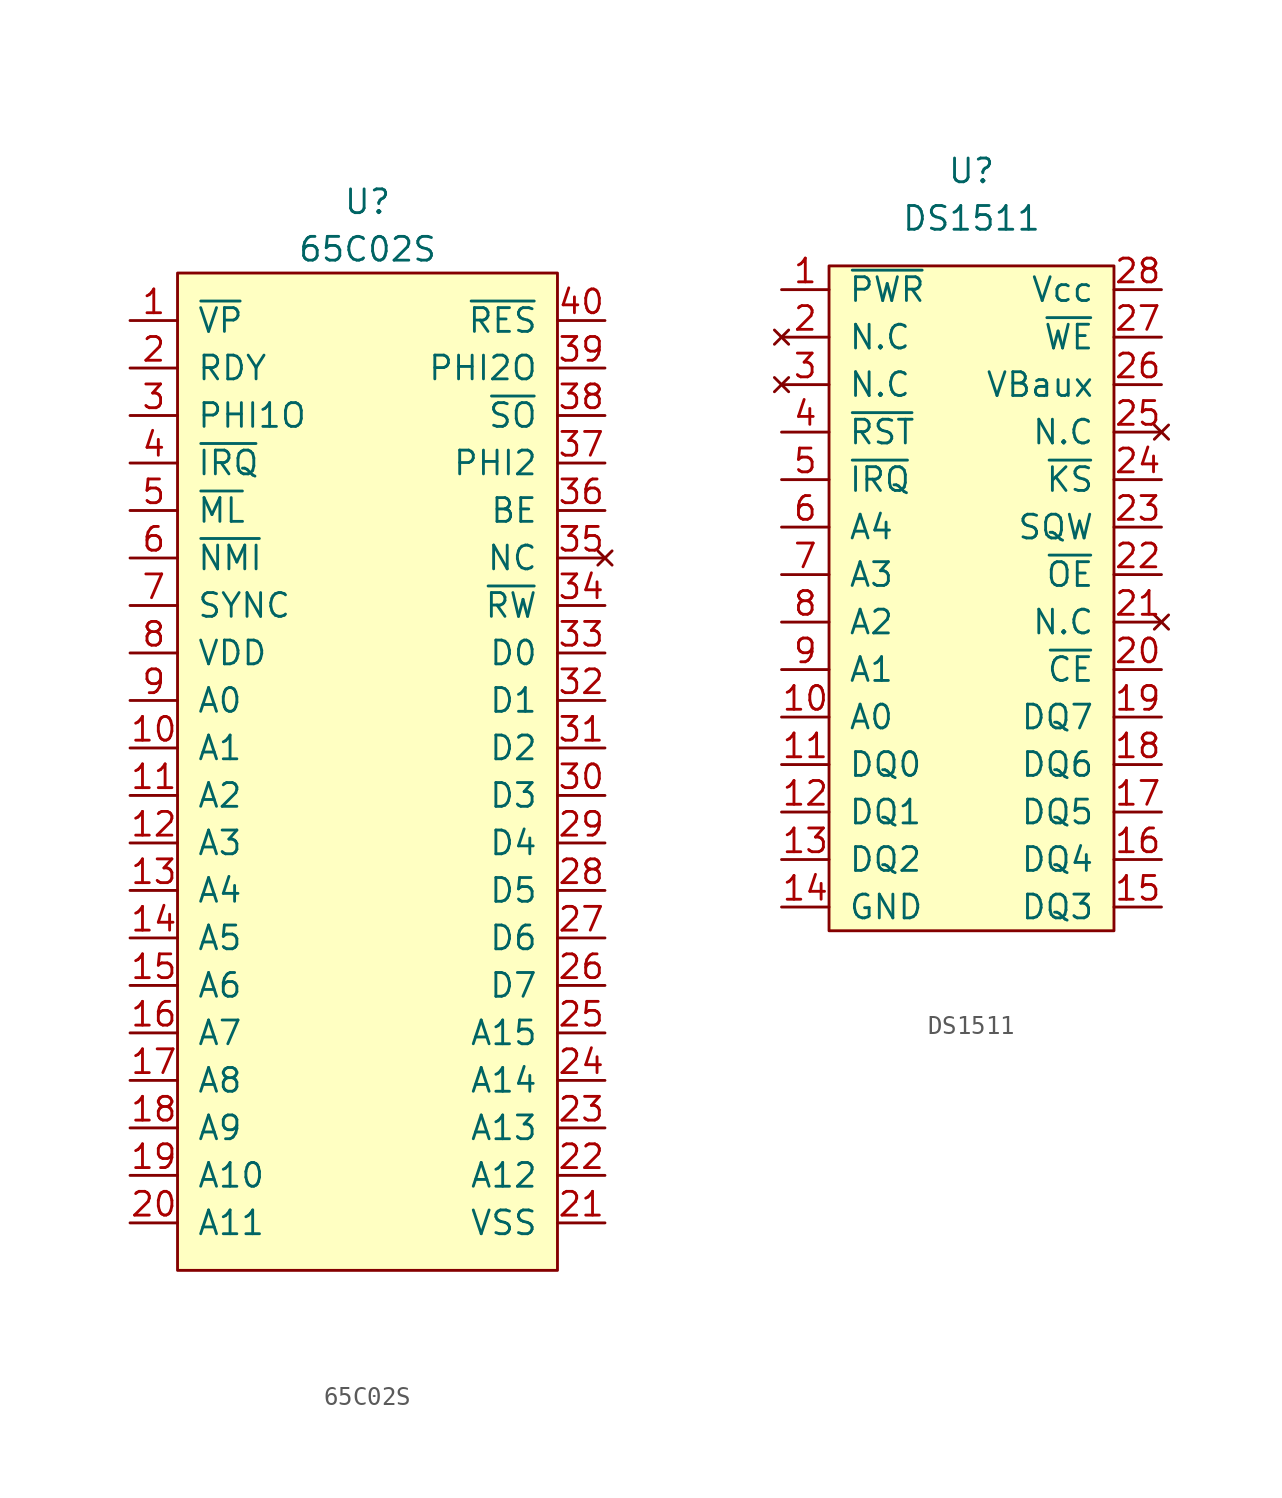
<source format=kicad_sym>
(kicad_symbol_lib
  (version 20220914)
  (generator kicad_symbol_editor)
  (symbol "65C02S"
    (pin_names
      (offset 1.016))
    (property "Reference" "U"
      (at 0 0 0)
      (effects (font (size 1.27 1.27))))
    (property "Value" "65C02S"
      (at 0 -2.54 0)
      (effects (font (size 1.27 1.27))))
    (symbol "65C02S_0_1"
      (rectangle (start -10.16 -3.81) (end 10.16 -57.15) (stroke (width 0) (type solid)) (fill (type background))))
    (symbol "65C02S_1_1"
      (pin output line (at -12.7 -6.35 0) (length 2.54) (name "~{VP}" (effects (font (size 1.27 1.27)))) (number "1" (effects (font (size 1.27 1.27)))))
      (pin input line (at -12.7 -29.21 0) (length 2.54) (name "A1" (effects (font (size 1.27 1.27)))) (number "10" (effects (font (size 1.27 1.27)))))
      (pin input line (at -12.7 -31.75 0) (length 2.54) (name "A2" (effects (font (size 1.27 1.27)))) (number "11" (effects (font (size 1.27 1.27)))))
      (pin input line (at -12.7 -34.29 0) (length 2.54) (name "A3" (effects (font (size 1.27 1.27)))) (number "12" (effects (font (size 1.27 1.27)))))
      (pin input line (at -12.7 -36.83 0) (length 2.54) (name "A4" (effects (font (size 1.27 1.27)))) (number "13" (effects (font (size 1.27 1.27)))))
      (pin input line (at -12.7 -39.37 0) (length 2.54) (name "A5" (effects (font (size 1.27 1.27)))) (number "14" (effects (font (size 1.27 1.27)))))
      (pin input line (at -12.7 -41.91 0) (length 2.54) (name "A6" (effects (font (size 1.27 1.27)))) (number "15" (effects (font (size 1.27 1.27)))))
      (pin input line (at -12.7 -44.45 0) (length 2.54) (name "A7" (effects (font (size 1.27 1.27)))) (number "16" (effects (font (size 1.27 1.27)))))
      (pin input line (at -12.7 -46.99 0) (length 2.54) (name "A8" (effects (font (size 1.27 1.27)))) (number "17" (effects (font (size 1.27 1.27)))))
      (pin input line (at -12.7 -49.53 0) (length 2.54) (name "A9" (effects (font (size 1.27 1.27)))) (number "18" (effects (font (size 1.27 1.27)))))
      (pin input line (at -12.7 -52.07 0) (length 2.54) (name "A10" (effects (font (size 1.27 1.27)))) (number "19" (effects (font (size 1.27 1.27)))))
      (pin input line (at -12.7 -8.89 0) (length 2.54) (name "RDY" (effects (font (size 1.27 1.27)))) (number "2" (effects (font (size 1.27 1.27)))))
      (pin input line (at -12.7 -54.61 0) (length 2.54) (name "A11" (effects (font (size 1.27 1.27)))) (number "20" (effects (font (size 1.27 1.27)))))
      (pin input line (at 12.7 -54.61 180) (length 2.54) (name "VSS" (effects (font (size 1.27 1.27)))) (number "21" (effects (font (size 1.27 1.27)))))
      (pin input line (at 12.7 -52.07 180) (length 2.54) (name "A12" (effects (font (size 1.27 1.27)))) (number "22" (effects (font (size 1.27 1.27)))))
      (pin input line (at 12.7 -49.53 180) (length 2.54) (name "A13" (effects (font (size 1.27 1.27)))) (number "23" (effects (font (size 1.27 1.27)))))
      (pin input line (at 12.7 -46.99 180) (length 2.54) (name "A14" (effects (font (size 1.27 1.27)))) (number "24" (effects (font (size 1.27 1.27)))))
      (pin input line (at 12.7 -44.45 180) (length 2.54) (name "A15" (effects (font (size 1.27 1.27)))) (number "25" (effects (font (size 1.27 1.27)))))
      (pin bidirectional line (at 12.7 -41.91 180) (length 2.54) (name "D7" (effects (font (size 1.27 1.27)))) (number "26" (effects (font (size 1.27 1.27)))))
      (pin bidirectional line (at 12.7 -39.37 180) (length 2.54) (name "D6" (effects (font (size 1.27 1.27)))) (number "27" (effects (font (size 1.27 1.27)))))
      (pin bidirectional line (at 12.7 -36.83 180) (length 2.54) (name "D5" (effects (font (size 1.27 1.27)))) (number "28" (effects (font (size 1.27 1.27)))))
      (pin bidirectional line (at 12.7 -34.29 180) (length 2.54) (name "D4" (effects (font (size 1.27 1.27)))) (number "29" (effects (font (size 1.27 1.27)))))
      (pin output line (at -12.7 -11.43 0) (length 2.54) (name "PHI1O" (effects (font (size 1.27 1.27)))) (number "3" (effects (font (size 1.27 1.27)))))
      (pin bidirectional line (at 12.7 -31.75 180) (length 2.54) (name "D3" (effects (font (size 1.27 1.27)))) (number "30" (effects (font (size 1.27 1.27)))))
      (pin bidirectional line (at 12.7 -29.21 180) (length 2.54) (name "D2" (effects (font (size 1.27 1.27)))) (number "31" (effects (font (size 1.27 1.27)))))
      (pin bidirectional line (at 12.7 -26.67 180) (length 2.54) (name "D1" (effects (font (size 1.27 1.27)))) (number "32" (effects (font (size 1.27 1.27)))))
      (pin bidirectional line (at 12.7 -24.13 180) (length 2.54) (name "D0" (effects (font (size 1.27 1.27)))) (number "33" (effects (font (size 1.27 1.27)))))
      (pin output line (at 12.7 -21.59 180) (length 2.54) (name "~{RW}" (effects (font (size 1.27 1.27)))) (number "34" (effects (font (size 1.27 1.27)))))
      (pin no_connect line (at 12.7 -19.05 180) (length 2.54) (name "NC" (effects (font (size 1.27 1.27)))) (number "35" (effects (font (size 1.27 1.27)))))
      (pin input line (at 12.7 -16.51 180) (length 2.54) (name "BE" (effects (font (size 1.27 1.27)))) (number "36" (effects (font (size 1.27 1.27)))))
      (pin input line (at 12.7 -13.97 180) (length 2.54) (name "PHI2" (effects (font (size 1.27 1.27)))) (number "37" (effects (font (size 1.27 1.27)))))
      (pin input line (at 12.7 -11.43 180) (length 2.54) (name "~{SO}" (effects (font (size 1.27 1.27)))) (number "38" (effects (font (size 1.27 1.27)))))
      (pin input line (at 12.7 -8.89 180) (length 2.54) (name "PHI2O" (effects (font (size 1.27 1.27)))) (number "39" (effects (font (size 1.27 1.27)))))
      (pin input line (at -12.7 -13.97 0) (length 2.54) (name "~{IRQ}" (effects (font (size 1.27 1.27)))) (number "4" (effects (font (size 1.27 1.27)))))
      (pin input line (at 12.7 -6.35 180) (length 2.54) (name "~{RES}" (effects (font (size 1.27 1.27)))) (number "40" (effects (font (size 1.27 1.27)))))
      (pin output line (at -12.7 -16.51 0) (length 2.54) (name "~{ML}" (effects (font (size 1.27 1.27)))) (number "5" (effects (font (size 1.27 1.27)))))
      (pin input line (at -12.7 -19.05 0) (length 2.54) (name "~{NMI}" (effects (font (size 1.27 1.27)))) (number "6" (effects (font (size 1.27 1.27)))))
      (pin output line (at -12.7 -21.59 0) (length 2.54) (name "SYNC" (effects (font (size 1.27 1.27)))) (number "7" (effects (font (size 1.27 1.27)))))
      (pin power_in line (at -12.7 -24.13 0) (length 2.54) (name "VDD" (effects (font (size 1.27 1.27)))) (number "8" (effects (font (size 1.27 1.27)))))
      (pin input line (at -12.7 -26.67 0) (length 2.54) (name "A0" (effects (font (size 1.27 1.27)))) (number "9" (effects (font (size 1.27 1.27)))))))
  (symbol "DS1511"
    (pin_names
      (offset 1.016))
    (property "Reference" "U"
      (at 0 0 0)
      (effects (font (size 1.27 1.27))))
    (property "Value" "DS1511"
      (at 0 -2.54 0)
      (effects (font (size 1.27 1.27))))
    (symbol "DS1511_0_1"
      (rectangle (start -7.62 -5.08) (end 7.62 -40.64) (stroke (width 0) (type solid)) (fill (type background))))
    (symbol "DS1511_1_1"
      (pin power_out line (at -10.16 -6.35 0) (length 2.54) (name "~{PWR}" (effects (font (size 1.27 1.27)))) (number "1" (effects (font (size 1.27 1.27)))))
      (pin input line (at -10.16 -29.21 0) (length 2.54) (name "A0" (effects (font (size 1.27 1.27)))) (number "10" (effects (font (size 1.27 1.27)))))
      (pin bidirectional line (at -10.16 -31.75 0) (length 2.54) (name "DQ0" (effects (font (size 1.27 1.27)))) (number "11" (effects (font (size 1.27 1.27)))))
      (pin bidirectional line (at -10.16 -34.29 0) (length 2.54) (name "DQ1" (effects (font (size 1.27 1.27)))) (number "12" (effects (font (size 1.27 1.27)))))
      (pin bidirectional line (at -10.16 -36.83 0) (length 2.54) (name "DQ2" (effects (font (size 1.27 1.27)))) (number "13" (effects (font (size 1.27 1.27)))))
      (pin power_in line (at -10.16 -39.37 0) (length 2.54) (name "GND" (effects (font (size 1.27 1.27)))) (number "14" (effects (font (size 1.27 1.27)))))
      (pin bidirectional line (at 10.16 -39.37 180) (length 2.54) (name "DQ3" (effects (font (size 1.27 1.27)))) (number "15" (effects (font (size 1.27 1.27)))))
      (pin bidirectional line (at 10.16 -36.83 180) (length 2.54) (name "DQ4" (effects (font (size 1.27 1.27)))) (number "16" (effects (font (size 1.27 1.27)))))
      (pin bidirectional line (at 10.16 -34.29 180) (length 2.54) (name "DQ5" (effects (font (size 1.27 1.27)))) (number "17" (effects (font (size 1.27 1.27)))))
      (pin bidirectional line (at 10.16 -31.75 180) (length 2.54) (name "DQ6" (effects (font (size 1.27 1.27)))) (number "18" (effects (font (size 1.27 1.27)))))
      (pin bidirectional line (at 10.16 -29.21 180) (length 2.54) (name "DQ7" (effects (font (size 1.27 1.27)))) (number "19" (effects (font (size 1.27 1.27)))))
      (pin no_connect line (at -10.16 -8.89 0) (length 2.54) (name "N.C" (effects (font (size 1.27 1.27)))) (number "2" (effects (font (size 1.27 1.27)))))
      (pin input line (at 10.16 -26.67 180) (length 2.54) (name "~{CE}" (effects (font (size 1.27 1.27)))) (number "20" (effects (font (size 1.27 1.27)))))
      (pin no_connect line (at 10.16 -24.13 180) (length 2.54) (name "N.C" (effects (font (size 1.27 1.27)))) (number "21" (effects (font (size 1.27 1.27)))))
      (pin input line (at 10.16 -21.59 180) (length 2.54) (name "~{OE}" (effects (font (size 1.27 1.27)))) (number "22" (effects (font (size 1.27 1.27)))))
      (pin output line (at 10.16 -19.05 180) (length 2.54) (name "SQW" (effects (font (size 1.27 1.27)))) (number "23" (effects (font (size 1.27 1.27)))))
      (pin power_in line (at 10.16 -16.51 180) (length 2.54) (name "~{KS}" (effects (font (size 1.27 1.27)))) (number "24" (effects (font (size 1.27 1.27)))))
      (pin no_connect line (at 10.16 -13.97 180) (length 2.54) (name "N.C" (effects (font (size 1.27 1.27)))) (number "25" (effects (font (size 1.27 1.27)))))
      (pin power_in line (at 10.16 -11.43 180) (length 2.54) (name "VBaux" (effects (font (size 1.27 1.27)))) (number "26" (effects (font (size 1.27 1.27)))))
      (pin input line (at 10.16 -8.89 180) (length 2.54) (name "~{WE}" (effects (font (size 1.27 1.27)))) (number "27" (effects (font (size 1.27 1.27)))))
      (pin power_in line (at 10.16 -6.35 180) (length 2.54) (name "Vcc" (effects (font (size 1.27 1.27)))) (number "28" (effects (font (size 1.27 1.27)))))
      (pin no_connect line (at -10.16 -11.43 0) (length 2.54) (name "N.C" (effects (font (size 1.27 1.27)))) (number "3" (effects (font (size 1.27 1.27)))))
      (pin output line (at -10.16 -13.97 0) (length 2.54) (name "~{RST}" (effects (font (size 1.27 1.27)))) (number "4" (effects (font (size 1.27 1.27)))))
      (pin output line (at -10.16 -16.51 0) (length 2.54) (name "~{IRQ}" (effects (font (size 1.27 1.27)))) (number "5" (effects (font (size 1.27 1.27)))))
      (pin input line (at -10.16 -19.05 0) (length 2.54) (name "A4" (effects (font (size 1.27 1.27)))) (number "6" (effects (font (size 1.27 1.27)))))
      (pin input line (at -10.16 -21.59 0) (length 2.54) (name "A3" (effects (font (size 1.27 1.27)))) (number "7" (effects (font (size 1.27 1.27)))))
      (pin input line (at -10.16 -24.13 0) (length 2.54) (name "A2" (effects (font (size 1.27 1.27)))) (number "8" (effects (font (size 1.27 1.27)))))
      (pin input line (at -10.16 -26.67 0) (length 2.54) (name "A1" (effects (font (size 1.27 1.27)))) (number "9" (effects (font (size 1.27 1.27))))))))
</source>
